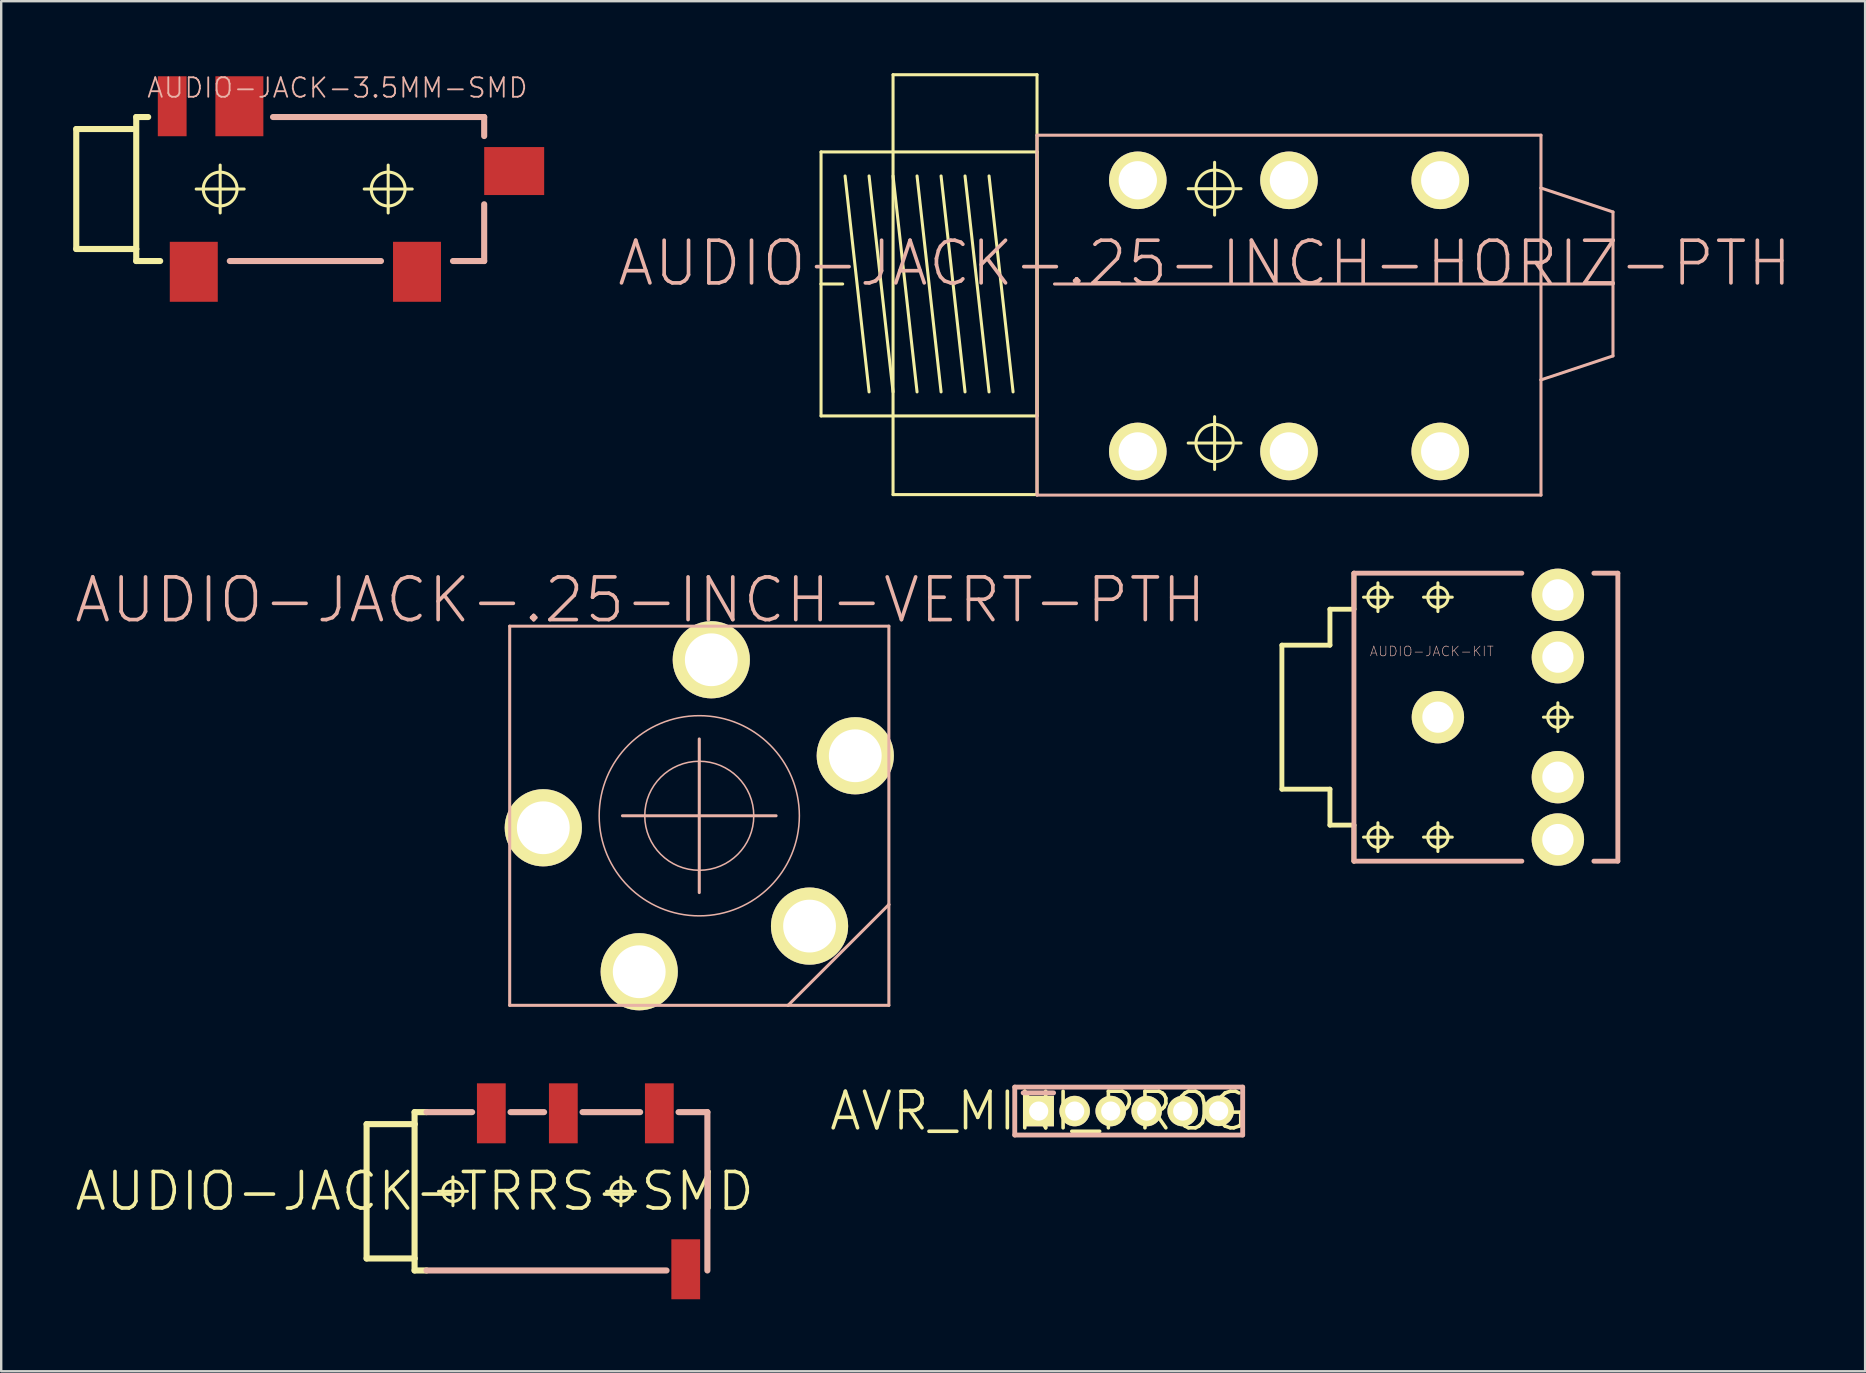
<source format=kicad_pcb>
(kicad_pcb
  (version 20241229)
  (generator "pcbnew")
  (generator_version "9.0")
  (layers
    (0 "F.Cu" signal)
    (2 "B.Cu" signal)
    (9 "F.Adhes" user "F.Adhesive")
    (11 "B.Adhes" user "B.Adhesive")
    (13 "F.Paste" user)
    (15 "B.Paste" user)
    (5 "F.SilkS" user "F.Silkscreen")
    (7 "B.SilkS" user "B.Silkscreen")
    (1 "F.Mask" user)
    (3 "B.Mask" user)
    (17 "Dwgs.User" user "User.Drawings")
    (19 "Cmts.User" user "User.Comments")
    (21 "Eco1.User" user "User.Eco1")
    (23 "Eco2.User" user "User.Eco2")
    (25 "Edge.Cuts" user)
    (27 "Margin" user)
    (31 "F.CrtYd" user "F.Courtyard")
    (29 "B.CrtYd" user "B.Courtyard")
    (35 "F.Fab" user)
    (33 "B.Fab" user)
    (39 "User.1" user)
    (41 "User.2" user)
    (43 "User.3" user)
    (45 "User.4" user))
  (footprint "AUDIO-JACK-KIT"
    (layer "F.Cu")
    (at 56.862 26.832)
    (property "Reference" "AUDIO-JACK-KIT" (at -0.254 -2.743 0) (layer "B.SilkS") (effects (font (size 0.406 0.406) (thickness 0.025))))
    (attr exclude_from_pos_files exclude_from_bom)
    (fp_line (start -6.5 -3) (end -6.5 3) (stroke (width 0.203) (type solid)) (layer "F.SilkS"))
    (fp_line (start -6.5 -3) (end -4.498 -3) (stroke (width 0.203) (type solid)) (layer "F.SilkS"))
    (fp_line (start -6.5 3) (end -4.498 3) (stroke (width 0.203) (type solid)) (layer "F.SilkS"))
    (fp_line (start -4.498 -4.498) (end -4.498 -3) (stroke (width 0.203) (type solid)) (layer "F.SilkS"))
    (fp_line (start -4.498 -4.498) (end -3.498 -4.498) (stroke (width 0.203) (type solid)) (layer "F.SilkS"))
    (fp_line (start -4.498 3) (end -4.498 4.498) (stroke (width 0.203) (type solid)) (layer "F.SilkS"))
    (fp_line (start -4.498 4.498) (end -3.498 4.498) (stroke (width 0.203) (type solid)) (layer "F.SilkS"))
    (fp_line (start -3.498 -5.999) (end -3.498 -4.498) (stroke (width 0.203) (type solid)) (layer "F.SilkS"))
    (fp_line (start -3.498 4.498) (end -3.498 5.999) (stroke (width 0.203) (type solid)) (layer "F.SilkS"))
    (fp_line (start -3.099 -4.999) (end -1.9 -4.999) (stroke (width 0.127) (type solid)) (layer "F.SilkS"))
    (fp_line (start -3.099 4.999) (end -1.9 4.999) (stroke (width 0.127) (type solid)) (layer "F.SilkS"))
    (fp_line (start -2.499 -4.399) (end -2.499 -5.598) (stroke (width 0.127) (type solid)) (layer "F.SilkS"))
    (fp_line (start -2.499 5.598) (end -2.499 4.399) (stroke (width 0.127) (type solid)) (layer "F.SilkS"))
    (fp_line (start -0.599 -4.999) (end 0.599 -4.999) (stroke (width 0.127) (type solid)) (layer "F.SilkS"))
    (fp_line (start -0.599 4.999) (end 0.599 4.999) (stroke (width 0.127) (type solid)) (layer "F.SilkS"))
    (fp_line (start 0 -4.399) (end 0 -5.598) (stroke (width 0.127) (type solid)) (layer "F.SilkS"))
    (fp_line (start 0 5.598) (end 0 4.399) (stroke (width 0.127) (type solid)) (layer "F.SilkS"))
    (fp_line (start 4.399 0) (end 5.598 0) (stroke (width 0.127) (type solid)) (layer "F.SilkS"))
    (fp_line (start 4.999 0.599) (end 4.999 -0.599) (stroke (width 0.127) (type solid)) (layer "F.SilkS"))
    (fp_circle (center -2.499 -4.999) (end -2.799 -5.298) (stroke (width 0.127) (type solid)) (fill no) (layer "F.SilkS"))
    (fp_circle (center -2.499 4.999) (end -2.799 5.298) (stroke (width 0.127) (type solid)) (fill no) (layer "F.SilkS"))
    (fp_circle (center 0 -4.999) (end -0.3 -5.298) (stroke (width 0.127) (type solid)) (fill no) (layer "F.SilkS"))
    (fp_circle (center 0 0) (end -0.61 0.61) (stroke (width 0) (type solid)) (fill yes) (layer "F.SilkS"))
    (fp_circle (center 0 0) (end -0.33 0.33) (stroke (width 0) (type solid)) (fill yes) (layer "F.SilkS"))
    (fp_circle (center 0 4.999) (end -0.3 5.298) (stroke (width 0.127) (type solid)) (fill no) (layer "F.SilkS"))
    (fp_circle (center 4.999 -5.098) (end 5.329 -5.428) (stroke (width 0) (type solid)) (fill yes) (layer "F.SilkS"))
    (fp_circle (center 4.999 -5.098) (end 5.608 -5.707) (stroke (width 0) (type solid)) (fill yes) (layer "F.SilkS"))
    (fp_circle (center 4.999 -2.499) (end 5.329 -2.83) (stroke (width 0) (type solid)) (fill yes) (layer "F.SilkS"))
    (fp_circle (center 4.999 -2.499) (end 5.608 -3.109) (stroke (width 0) (type solid)) (fill yes) (layer "F.SilkS"))
    (fp_circle (center 4.999 0) (end 5.298 0.3) (stroke (width 0.127) (type solid)) (fill no) (layer "F.SilkS"))
    (fp_circle (center 4.999 2.499) (end 5.329 2.83) (stroke (width 0) (type solid)) (fill yes) (layer "F.SilkS"))
    (fp_circle (center 4.999 2.499) (end 5.608 3.109) (stroke (width 0) (type solid)) (fill yes) (layer "F.SilkS"))
    (fp_circle (center 4.999 5.098) (end 5.329 5.428) (stroke (width 0) (type solid)) (fill yes) (layer "F.SilkS"))
    (fp_circle (center 4.999 5.098) (end 5.608 5.707) (stroke (width 0) (type solid)) (fill yes) (layer "F.SilkS"))
    (fp_line (start -3.498 -5.999) (end -3.498 5.999) (stroke (width 0.203) (type solid)) (layer "B.SilkS"))
    (fp_line (start -3.498 -5.999) (end 3.498 -5.999) (stroke (width 0.203) (type solid)) (layer "B.SilkS"))
    (fp_line (start -3.498 5.999) (end 3.498 5.999) (stroke (width 0.203) (type solid)) (layer "B.SilkS"))
    (fp_line (start 7.498 -5.999) (end 6.5 -5.999) (stroke (width 0.203) (type solid)) (layer "B.SilkS"))
    (fp_line (start 7.498 -5.999) (end 7.498 5.999) (stroke (width 0.203) (type solid)) (layer "B.SilkS"))
    (fp_line (start 7.498 5.999) (end 6.5 5.999) (stroke (width 0.203) (type solid)) (layer "B.SilkS"))
    (pad "RING" thru_hole circle (at 4.999 -5.098) (size 2.182 2.182) (drill 1.298) (layers "*.Cu" "F.Mask" "F.SilkS" "F.Paste"))
    (pad "RSH" thru_hole circle (at 4.999 -2.499) (size 2.182 2.182) (drill 1.298) (layers "*.Cu" "F.Mask" "F.SilkS" "F.Paste"))
    (pad "SLEE" thru_hole circle (at 0 0) (size 2.182 2.182) (drill 1.298) (layers "*.Cu" "F.Mask" "F.SilkS" "F.Paste"))
    (pad "TIP" thru_hole circle (at 4.999 5.098) (size 2.182 2.182) (drill 1.298) (layers "*.Cu" "F.Mask" "F.SilkS" "F.Paste"))
    (pad "TSH" thru_hole circle (at 4.999 2.499) (size 2.182 2.182) (drill 1.298) (layers "*.Cu" "F.Mask" "F.SilkS" "F.Paste")))
  (footprint "AUDIO-JACK-TRRS-SMD"
    (layer "F.Cu")
    (at 14.224 46.587)
    (property "Reference" "AUDIO-JACK-TRRS-SMD" (at 0 0 0) (layer "F.SilkS") (effects (font (size 1.524 1.524) (thickness 0.15))))
    (attr smd)
    (fp_line (start -1.999 -2.799) (end -1.999 2.799) (stroke (width 0.254) (type solid)) (layer "F.SilkS"))
    (fp_line (start -1.999 2.799) (end 0 2.799) (stroke (width 0.254) (type solid)) (layer "F.SilkS"))
    (fp_line (start 0 -3.299) (end 0 -2.799) (stroke (width 0.254) (type solid)) (layer "F.SilkS"))
    (fp_line (start 0 -2.799) (end -1.999 -2.799) (stroke (width 0.254) (type solid)) (layer "F.SilkS"))
    (fp_line (start 0 -2.799) (end 0 2.799) (stroke (width 0.254) (type solid)) (layer "F.SilkS"))
    (fp_line (start 0 2.799) (end 0 3.299) (stroke (width 0.254) (type solid)) (layer "F.SilkS"))
    (fp_line (start 0 3.299) (end 0.498 3.299) (stroke (width 0.254) (type solid)) (layer "F.SilkS"))
    (fp_line (start 0.498 -3.299) (end 0 -3.299) (stroke (width 0.254) (type solid)) (layer "F.SilkS"))
    (fp_line (start 0.998 0) (end 2.2 0) (stroke (width 0.127) (type solid)) (layer "F.SilkS"))
    (fp_line (start 1.598 0.599) (end 1.598 -0.599) (stroke (width 0.127) (type solid)) (layer "F.SilkS"))
    (fp_line (start 7.998 0) (end 9.2 0) (stroke (width 0.127) (type solid)) (layer "F.SilkS"))
    (fp_line (start 8.598 0.599) (end 8.598 -0.599) (stroke (width 0.127) (type solid)) (layer "F.SilkS"))
    (fp_circle (center 1.598 0) (end 1.897 0.3) (stroke (width 0.127) (type solid)) (fill no) (layer "F.SilkS"))
    (fp_circle (center 8.598 0) (end 8.898 0.3) (stroke (width 0.127) (type solid)) (fill no) (layer "F.SilkS"))
    (fp_line (start 0.498 -3.299) (end 2.398 -3.299) (stroke (width 0.254) (type solid)) (layer "B.SilkS"))
    (fp_line (start 0.498 3.299) (end 10.498 3.299) (stroke (width 0.254) (type solid)) (layer "B.SilkS"))
    (fp_line (start 3.998 -3.299) (end 5.397 -3.299) (stroke (width 0.254) (type solid)) (layer "B.SilkS"))
    (fp_line (start 6.998 -3.299) (end 9.398 -3.299) (stroke (width 0.254) (type solid)) (layer "B.SilkS"))
    (fp_line (start 12.2 -3.299) (end 10.998 -3.299) (stroke (width 0.254) (type solid)) (layer "B.SilkS"))
    (fp_line (start 12.2 -3.299) (end 12.2 3.299) (stroke (width 0.254) (type solid)) (layer "B.SilkS"))
    (pad "EART" smd rect (at 11.298 3.249) (size 1.199 2.499) (layers "F.Cu" "F.Mask" "F.Paste"))
    (pad "RING" smd rect (at 3.198 -3.249 180) (size 1.199 2.499) (layers "F.Cu" "F.Mask" "F.Paste"))
    (pad "RING" smd rect (at 6.198 -3.249) (size 1.199 2.499) (layers "F.Cu" "F.Mask" "F.Paste"))
    (pad "TIP" smd rect (at 10.198 -3.249) (size 1.199 2.499) (layers "F.Cu" "F.Mask" "F.Paste")))
  (footprint "AUDIO-JACK-3.5MM-SMD"
    (layer "F.Cu")
    (at 2.626 4.826)
    (property "Reference" "AUDIO-JACK-3.5MM-SMD" (at 8.382 -4.216 0) (layer "B.SilkS") (effects (font (size 0.813 0.813) (thickness 0.076))))
    (attr smd)
    (fp_line (start -2.499 -2.499) (end -2.499 2.499) (stroke (width 0.254) (type solid)) (layer "F.SilkS"))
    (fp_line (start -2.499 2.499) (end 0 2.499) (stroke (width 0.254) (type solid)) (layer "F.SilkS"))
    (fp_line (start -0.152 -2.499) (end -2.499 -2.499) (stroke (width 0.254) (type solid)) (layer "F.SilkS"))
    (fp_line (start 0 -3) (end 0 2.499) (stroke (width 0.254) (type solid)) (layer "F.SilkS"))
    (fp_line (start 0 2.499) (end 0 3) (stroke (width 0.254) (type solid)) (layer "F.SilkS"))
    (fp_line (start 0 3) (end 0.998 3) (stroke (width 0.254) (type solid)) (layer "F.SilkS"))
    (fp_line (start 0.498 -3) (end 0 -3) (stroke (width 0.254) (type solid)) (layer "F.SilkS"))
    (fp_line (start 2.499 0) (end 4.498 0) (stroke (width 0.127) (type solid)) (layer "F.SilkS"))
    (fp_line (start 3.498 0.998) (end 3.498 -0.998) (stroke (width 0.127) (type solid)) (layer "F.SilkS"))
    (fp_line (start 9.5 0) (end 11.499 0) (stroke (width 0.127) (type solid)) (layer "F.SilkS"))
    (fp_line (start 10.498 0.998) (end 10.498 -0.998) (stroke (width 0.127) (type solid)) (layer "F.SilkS"))
    (fp_circle (center 3.498 0) (end 3.995 0.498) (stroke (width 0.127) (type solid)) (fill no) (layer "F.SilkS"))
    (fp_circle (center 10.498 0) (end 10.996 0.498) (stroke (width 0.127) (type solid)) (fill no) (layer "F.SilkS"))
    (fp_line (start 3.899 3) (end 10.198 3) (stroke (width 0.254) (type solid)) (layer "B.SilkS"))
    (fp_line (start 14.498 -3) (end 5.7 -3) (stroke (width 0.254) (type solid)) (layer "B.SilkS"))
    (fp_line (start 14.498 -2.207) (end 14.498 -3) (stroke (width 0.254) (type solid)) (layer "B.SilkS"))
    (fp_line (start 14.498 0.635) (end 14.498 3) (stroke (width 0.254) (type solid)) (layer "B.SilkS"))
    (fp_line (start 14.498 3) (end 13.198 3) (stroke (width 0.254) (type solid)) (layer "B.SilkS"))
    (pad "RING" smd rect (at 4.298 -3.449) (size 1.999 2.499) (layers "F.Cu" "F.Mask" "F.Paste"))
    (pad "RSH" smd rect (at 1.499 -3.449 180) (size 1.199 2.499) (layers "F.Cu" "F.Mask" "F.Paste"))
    (pad "SLEE" smd rect (at 2.398 3.449) (size 1.999 2.499) (layers "F.Cu" "F.Mask" "F.Paste"))
    (pad "TIP" smd rect (at 11.699 3.449) (size 1.999 2.499) (layers "F.Cu" "F.Mask" "F.Paste"))
    (pad "TSH" smd rect (at 15.748 -0.749 90) (size 1.999 2.499) (layers "F.Cu" "F.Mask" "F.Paste")))
  (footprint "AUDIO-JACK-.25-INCH-VERT-PTH"
    (layer "F.Cu")
    (at 18.187 38.839)
    (property "Reference" "AUDIO-JACK-.25-INCH-VERT-PTH" (at 5.443 -16.888 0) (layer "B.SilkS") (effects (font (size 1.778 1.778) (thickness 0.152))))
    (attr exclude_from_pos_files exclude_from_bom)
    (fp_line (start 0 -15.799) (end 0 0) (stroke (width 0.127) (type solid)) (layer "B.SilkS"))
    (fp_line (start 0 0) (end 11.598 0) (stroke (width 0.127) (type solid)) (layer "B.SilkS"))
    (fp_line (start 4.699 -7.899) (end 11.1 -7.899) (stroke (width 0.127) (type solid)) (layer "B.SilkS"))
    (fp_line (start 7.899 -11.1) (end 7.899 -4.699) (stroke (width 0.127) (type solid)) (layer "B.SilkS"))
    (fp_line (start 11.598 0) (end 15.799 -4.199) (stroke (width 0.127) (type solid)) (layer "B.SilkS"))
    (fp_line (start 11.598 0) (end 15.799 0) (stroke (width 0.127) (type solid)) (layer "B.SilkS"))
    (fp_line (start 15.799 -15.799) (end 0 -15.799) (stroke (width 0.127) (type solid)) (layer "B.SilkS"))
    (fp_line (start 15.799 -4.199) (end 15.799 -15.799) (stroke (width 0.127) (type solid)) (layer "B.SilkS"))
    (fp_line (start 15.799 0) (end 15.799 -4.199) (stroke (width 0.127) (type solid)) (layer "B.SilkS"))
    (fp_circle (center 7.899 -7.899) (end 9.505 -9.505) (stroke (width 0.064) (type solid)) (fill no) (layer "B.SilkS"))
    (fp_circle (center 7.899 -7.899) (end 10.848 -10.848) (stroke (width 0.064) (type solid)) (fill no) (layer "B.SilkS"))
    (pad "RING" thru_hole circle (at 8.4 -14.399) (size 3.216 3.216) (drill 2.2) (layers "*.Cu" "F.Mask" "F.SilkS" "F.Paste"))
    (pad "RING" thru_hole circle (at 14.399 -10.399) (size 3.216 3.216) (drill 2.2) (layers "*.Cu" "F.Mask" "F.SilkS" "F.Paste"))
    (pad "SLEE" thru_hole circle (at 12.494 -3.302) (size 3.216 3.216) (drill 2.2) (layers "*.Cu" "F.Mask" "F.SilkS" "F.Paste"))
    (pad "TIP" thru_hole circle (at 1.4 -7.399) (size 3.216 3.216) (drill 2.2) (layers "*.Cu" "F.Mask" "F.SilkS" "F.Paste"))
    (pad "TIP-" thru_hole circle (at 5.397 -1.4) (size 3.216 3.216) (drill 2.2) (layers "*.Cu" "F.Mask" "F.SilkS" "F.Paste")))
  (footprint "AVR_MINI_PROG"
    (layer "F.Cu")
    (at 40.229 43.244)
    (property "Reference" "AVR_MINI_PROG" (at 0 0 0) (layer "F.SilkS") (effects (font (size 1.524 1.524) (thickness 0.15))))
    (attr exclude_from_pos_files exclude_from_bom)
    (fp_line (start -0.998 -0.998) (end -0.998 0.998) (stroke (width 0.203) (type solid)) (layer "B.SilkS"))
    (fp_line (start -0.998 0.998) (end 8.499 0.998) (stroke (width 0.203) (type solid)) (layer "B.SilkS"))
    (fp_line (start 0.62 -0.759) (end -0.648 -0.759) (stroke (width 0.203) (type solid)) (layer "B.SilkS"))
    (fp_line (start 8.499 -0.998) (end -0.998 -0.998) (stroke (width 0.203) (type solid)) (layer "B.SilkS"))
    (fp_line (start 8.499 0.998) (end 8.499 -0.998) (stroke (width 0.203) (type solid)) (layer "B.SilkS"))
    (pad "1" thru_hole rect (at 0 0) (size 1.27 1.27) (drill 0.798) (layers "*.Cu" "F.Mask" "F.SilkS" "F.Paste"))
    (pad "2" thru_hole circle (at 1.499 0) (size 1.27 1.27) (drill 0.798) (layers "*.Cu" "F.Mask" "F.SilkS" "F.Paste"))
    (pad "3" thru_hole circle (at 3 0) (size 1.27 1.27) (drill 0.798) (layers "*.Cu" "F.Mask" "F.SilkS" "F.Paste"))
    (pad "4" thru_hole circle (at 4.498 0) (size 1.27 1.27) (drill 0.798) (layers "*.Cu" "F.Mask" "F.SilkS" "F.Paste"))
    (pad "5" thru_hole circle (at 5.999 0) (size 1.27 1.27) (drill 0.798) (layers "*.Cu" "F.Mask" "F.SilkS" "F.Paste"))
    (pad "6" thru_hole circle (at 7.498 -0.008) (size 1.27 1.27) (drill 0.798) (layers "*.Cu" "F.Mask" "F.SilkS" "F.Paste")))
  (footprint "AUDIO-JACK-.25-INCH-HORIZ-PTH"
    (layer "F.Cu")
    (at 40.159 8.811)
    (property "Reference" "AUDIO-JACK-.25-INCH-HORIZ-PTH" (at 6.985 -0.889 0) (layer "B.SilkS") (effects (font (size 1.778 1.778) (thickness 0.152))))
    (attr exclude_from_pos_files exclude_from_bom)
    (fp_line (start -8.999 -5.53) (end 0 -5.53) (stroke (width 0.127) (type solid)) (layer "F.SilkS"))
    (fp_line (start -8.999 -0.028) (end -8.999 -5.53) (stroke (width 0.127) (type solid)) (layer "F.SilkS"))
    (fp_line (start -8.999 -0.028) (end -8.098 -0.028) (stroke (width 0.127) (type solid)) (layer "F.SilkS"))
    (fp_line (start -8.999 5.469) (end -8.999 -0.028) (stroke (width 0.127) (type solid)) (layer "F.SilkS"))
    (fp_line (start -7.998 -4.529) (end -6.998 4.468) (stroke (width 0.127) (type solid)) (layer "F.SilkS"))
    (fp_line (start -6.998 -4.529) (end -5.999 4.468) (stroke (width 0.127) (type solid)) (layer "F.SilkS"))
    (fp_line (start -5.999 -8.748) (end -5.999 8.748) (stroke (width 0.127) (type solid)) (layer "F.SilkS"))
    (fp_line (start -5.999 -8.748) (end 0 -8.748) (stroke (width 0.127) (type solid)) (layer "F.SilkS"))
    (fp_line (start -5.999 -4.529) (end -4.999 4.468) (stroke (width 0.127) (type solid)) (layer "F.SilkS"))
    (fp_line (start -5.999 8.748) (end 0 8.748) (stroke (width 0.127) (type solid)) (layer "F.SilkS"))
    (fp_line (start -4.999 -4.529) (end -3.998 4.468) (stroke (width 0.127) (type solid)) (layer "F.SilkS"))
    (fp_line (start -3.998 -4.529) (end -3 4.468) (stroke (width 0.127) (type solid)) (layer "F.SilkS"))
    (fp_line (start -3 -4.529) (end -1.999 4.468) (stroke (width 0.127) (type solid)) (layer "F.SilkS"))
    (fp_line (start -1.999 -4.529) (end -0.998 4.468) (stroke (width 0.127) (type solid)) (layer "F.SilkS"))
    (fp_line (start 0 -8.748) (end 0 8.748) (stroke (width 0.127) (type solid)) (layer "F.SilkS"))
    (fp_line (start 0 -5.53) (end 0 5.469) (stroke (width 0.127) (type solid)) (layer "F.SilkS"))
    (fp_line (start 0 5.469) (end -8.999 5.469) (stroke (width 0.127) (type solid)) (layer "F.SilkS"))
    (fp_line (start 6.299 -3.998) (end 8.499 -3.998) (stroke (width 0.127) (type solid)) (layer "F.SilkS"))
    (fp_line (start 6.299 6.599) (end 8.499 6.599) (stroke (width 0.127) (type solid)) (layer "F.SilkS"))
    (fp_line (start 7.399 -2.898) (end 7.399 -5.098) (stroke (width 0.127) (type solid)) (layer "F.SilkS"))
    (fp_line (start 7.399 7.699) (end 7.399 5.499) (stroke (width 0.127) (type solid)) (layer "F.SilkS"))
    (fp_circle (center 7.399 -3.998) (end 7.948 -4.547) (stroke (width 0.127) (type solid)) (fill no) (layer "F.SilkS"))
    (fp_circle (center 7.399 6.599) (end 7.948 7.148) (stroke (width 0.127) (type solid)) (fill no) (layer "F.SilkS"))
    (fp_line (start 0 -6.228) (end 0 8.768) (stroke (width 0.127) (type solid)) (layer "B.SilkS"))
    (fp_line (start 0 8.768) (end 20.998 8.768) (stroke (width 0.127) (type solid)) (layer "B.SilkS"))
    (fp_line (start 0.729 -0.028) (end 23.998 -0.028) (stroke (width 0.127) (type solid)) (layer "B.SilkS"))
    (fp_line (start 20.998 -6.228) (end 0 -6.228) (stroke (width 0.127) (type solid)) (layer "B.SilkS"))
    (fp_line (start 20.998 -4.028) (end 20.998 -6.228) (stroke (width 0.127) (type solid)) (layer "B.SilkS"))
    (fp_line (start 20.998 3.967) (end 20.998 -4.028) (stroke (width 0.127) (type solid)) (layer "B.SilkS"))
    (fp_line (start 20.998 8.768) (end 20.998 3.967) (stroke (width 0.127) (type solid)) (layer "B.SilkS"))
    (fp_line (start 23.998 -3.028) (end 20.998 -4.028) (stroke (width 0.127) (type solid)) (layer "B.SilkS"))
    (fp_line (start 23.998 -0.028) (end 23.998 -3.028) (stroke (width 0.127) (type solid)) (layer "B.SilkS"))
    (fp_line (start 23.998 -0.028) (end 23.998 2.969) (stroke (width 0.127) (type solid)) (layer "B.SilkS"))
    (fp_line (start 23.998 2.969) (end 20.998 3.967) (stroke (width 0.127) (type solid)) (layer "B.SilkS"))
    (pad "RING" thru_hole circle (at 10.498 -4.348) (size 2.398 2.398) (drill 1.598) (layers "*.Cu" "F.Mask" "F.SilkS" "F.Paste"))
    (pad "RING" thru_hole circle (at 10.498 6.949) (size 2.398 2.398) (drill 1.598) (layers "*.Cu" "F.Mask" "F.SilkS" "F.Paste"))
    (pad "SLEE" thru_hole circle (at 4.199 -4.348) (size 2.398 2.398) (drill 1.598) (layers "*.Cu" "F.Mask" "F.SilkS" "F.Paste"))
    (pad "SLEE" thru_hole circle (at 4.199 6.949) (size 2.398 2.398) (drill 1.598) (layers "*.Cu" "F.Mask" "F.SilkS" "F.Paste"))
    (pad "TIP" thru_hole circle (at 16.8 6.949) (size 2.398 2.398) (drill 1.598) (layers "*.Cu" "F.Mask" "F.SilkS" "F.Paste"))
    (pad "TIP-" thru_hole circle (at 16.8 -4.348) (size 2.398 2.398) (drill 1.598) (layers "*.Cu" "F.Mask" "F.SilkS" "F.Paste")))
  (gr_rect
    (start -3 -3)
    (end 74.663 54.086)
    (stroke (width 0.1) (type default))
    (fill no)
    (layer "Edge.Cuts")))
</source>
